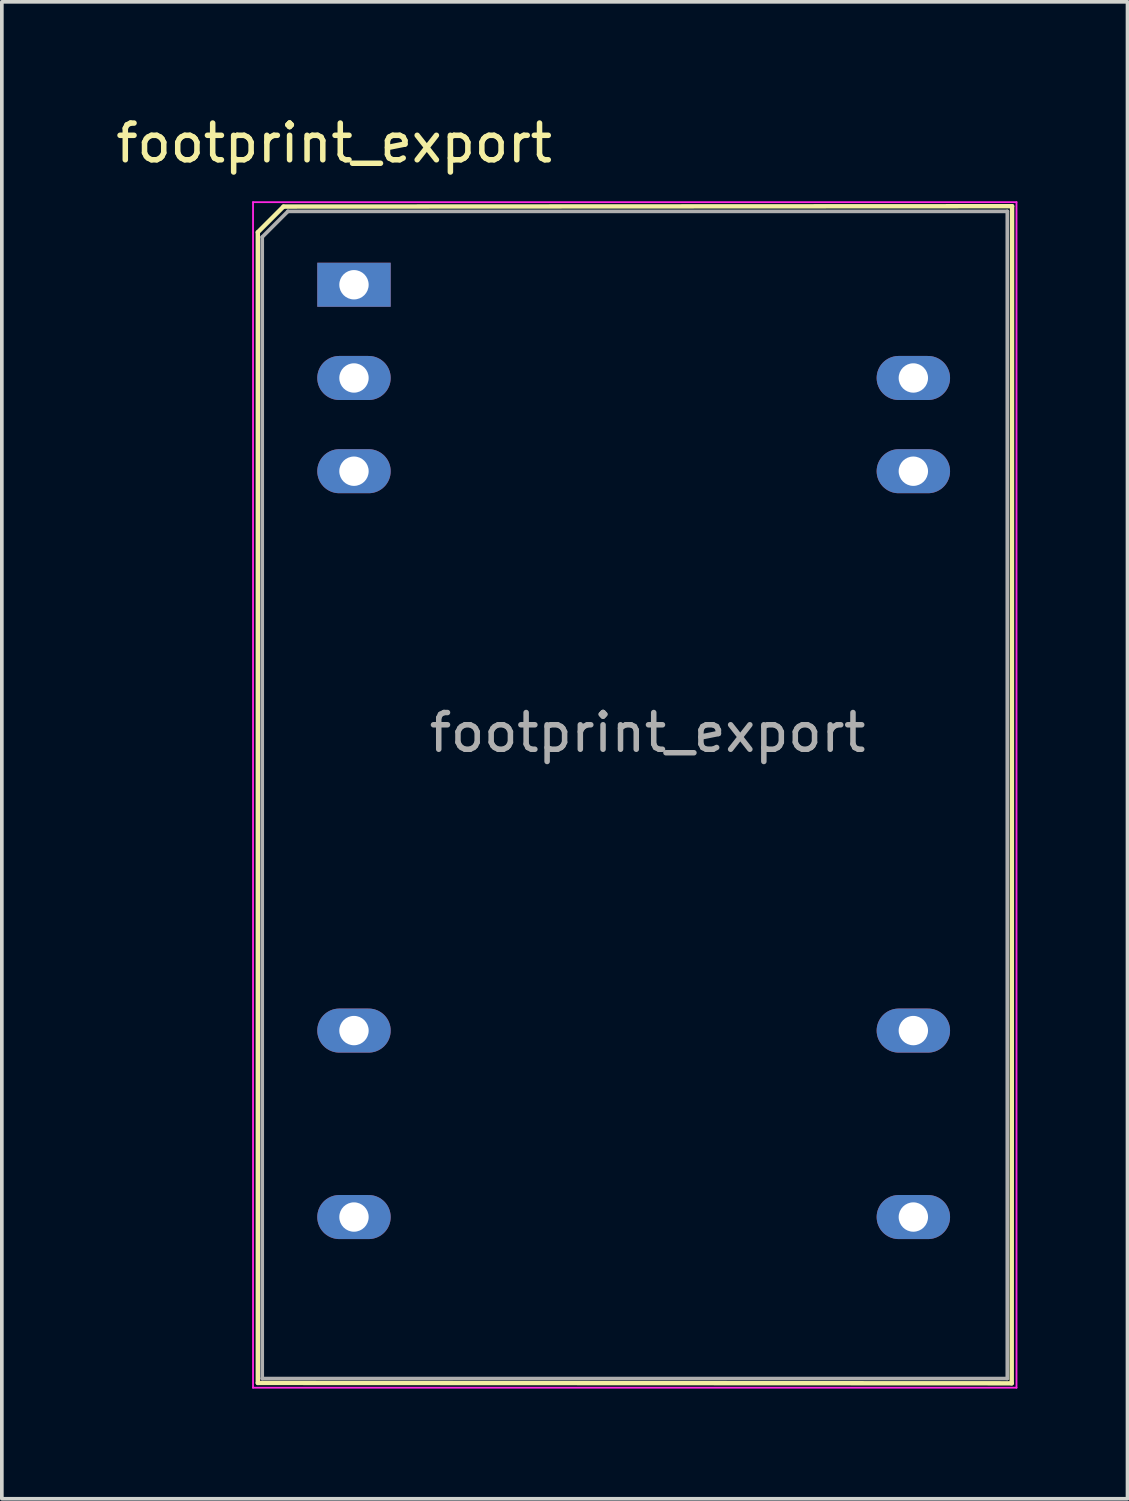
<source format=kicad_pcb>
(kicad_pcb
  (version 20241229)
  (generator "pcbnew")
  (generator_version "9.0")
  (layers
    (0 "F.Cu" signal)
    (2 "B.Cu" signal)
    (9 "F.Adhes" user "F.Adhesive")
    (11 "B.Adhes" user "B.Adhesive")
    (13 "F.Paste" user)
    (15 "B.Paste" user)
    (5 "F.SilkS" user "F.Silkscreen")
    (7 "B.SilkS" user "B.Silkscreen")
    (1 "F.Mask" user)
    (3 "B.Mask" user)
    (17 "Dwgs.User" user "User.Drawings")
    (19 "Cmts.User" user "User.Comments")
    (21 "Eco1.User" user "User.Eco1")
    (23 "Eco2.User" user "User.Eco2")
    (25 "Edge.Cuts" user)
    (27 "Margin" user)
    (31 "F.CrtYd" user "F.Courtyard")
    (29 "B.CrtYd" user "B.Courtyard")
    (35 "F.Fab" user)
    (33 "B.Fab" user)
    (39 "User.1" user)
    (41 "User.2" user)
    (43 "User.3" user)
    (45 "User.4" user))
  (footprint "footprint_export"
    (layer "F.Cu")
    (at 6.594 4.708)
    (property "Reference" "footprint_export" (at -0.54 -3.86 180) (layer "F.SilkS") (effects (font (size 1 1) (thickness 0.15))))
    (attr through_hole)
    (fp_line (start -2.62 -1.43) (end -2.62 29.92) (stroke (width 0.12) (type solid)) (layer "F.SilkS"))
    (fp_line (start -2.62 29.92) (end 17.92 29.93) (stroke (width 0.12) (type solid)) (layer "F.SilkS"))
    (fp_line (start -1.92 -2.13) (end -2.62 -1.43) (stroke (width 0.12) (type solid)) (layer "F.SilkS"))
    (fp_line (start 17.92 29.93) (end 17.93 -2.14) (stroke (width 0.12) (type solid)) (layer "F.SilkS"))
    (fp_line (start 17.93 -2.14) (end -1.92 -2.13) (stroke (width 0.12) (type solid)) (layer "F.SilkS"))
    (fp_line (start -2.75 -2.25) (end 18.05 -2.25) (stroke (width 0.05) (type solid)) (layer "F.CrtYd"))
    (fp_line (start -2.75 30.05) (end -2.75 -2.25) (stroke (width 0.05) (type solid)) (layer "F.CrtYd"))
    (fp_line (start 18.05 -2.25) (end 18.05 30.05) (stroke (width 0.05) (type solid)) (layer "F.CrtYd"))
    (fp_line (start 18.05 30.05) (end -2.75 30.05) (stroke (width 0.05) (type solid)) (layer "F.CrtYd"))
    (fp_line (start -2.5 29.8) (end -2.5 -1.3) (stroke (width 0.1) (type solid)) (layer "F.Fab"))
    (fp_line (start -1.8 -2) (end -2.5 -1.3) (stroke (width 0.1) (type solid)) (layer "F.Fab"))
    (fp_line (start -1.8 -2) (end 17.8 -2) (stroke (width 0.1) (type solid)) (layer "F.Fab"))
    (fp_line (start 17.8 -2) (end 17.8 29.8) (stroke (width 0.1) (type solid)) (layer "F.Fab"))
    (fp_line (start 17.8 29.8) (end -2.5 29.8) (stroke (width 0.1) (type solid)) (layer "F.Fab"))
    (fp_text user "${REFERENCE}" (at 8 12.2 0) (layer "F.Fab") (effects (font (size 1 1) (thickness 0.15))))
    (pad "1" thru_hole rect (at 0 0) (size 2 1.2) (drill 0.8) (layers "*.Cu" "*.Mask"))
    (pad "2" thru_hole oval (at 0 2.54) (size 2 1.2) (drill 0.8) (layers "*.Cu" "*.Mask"))
    (pad "3" thru_hole oval (at 0 5.08) (size 2 1.2) (drill 0.8) (layers "*.Cu" "*.Mask"))
    (pad "9" thru_hole oval (at 0 20.32) (size 2 1.2) (drill 0.8) (layers "*.Cu" "*.Mask"))
    (pad "11" thru_hole oval (at 0 25.4) (size 2 1.2) (drill 0.8) (layers "*.Cu" "*.Mask"))
    (pad "14" thru_hole oval (at 15.24 25.4) (size 2 1.2) (drill 0.8) (layers "*.Cu" "*.Mask"))
    (pad "16" thru_hole oval (at 15.24 20.32) (size 2 1.2) (drill 0.8) (layers "*.Cu" "*.Mask"))
    (pad "22" thru_hole oval (at 15.24 5.08) (size 2 1.2) (drill 0.8) (layers "*.Cu" "*.Mask"))
    (pad "23" thru_hole oval (at 15.24 2.54) (size 2 1.2) (drill 0.8) (layers "*.Cu" "*.Mask")))
  (gr_rect
    (start -3 -3)
    (end 27.669 37.783)
    (stroke (width 0.1) (type default))
    (fill no)
    (layer "Edge.Cuts")))
</source>
